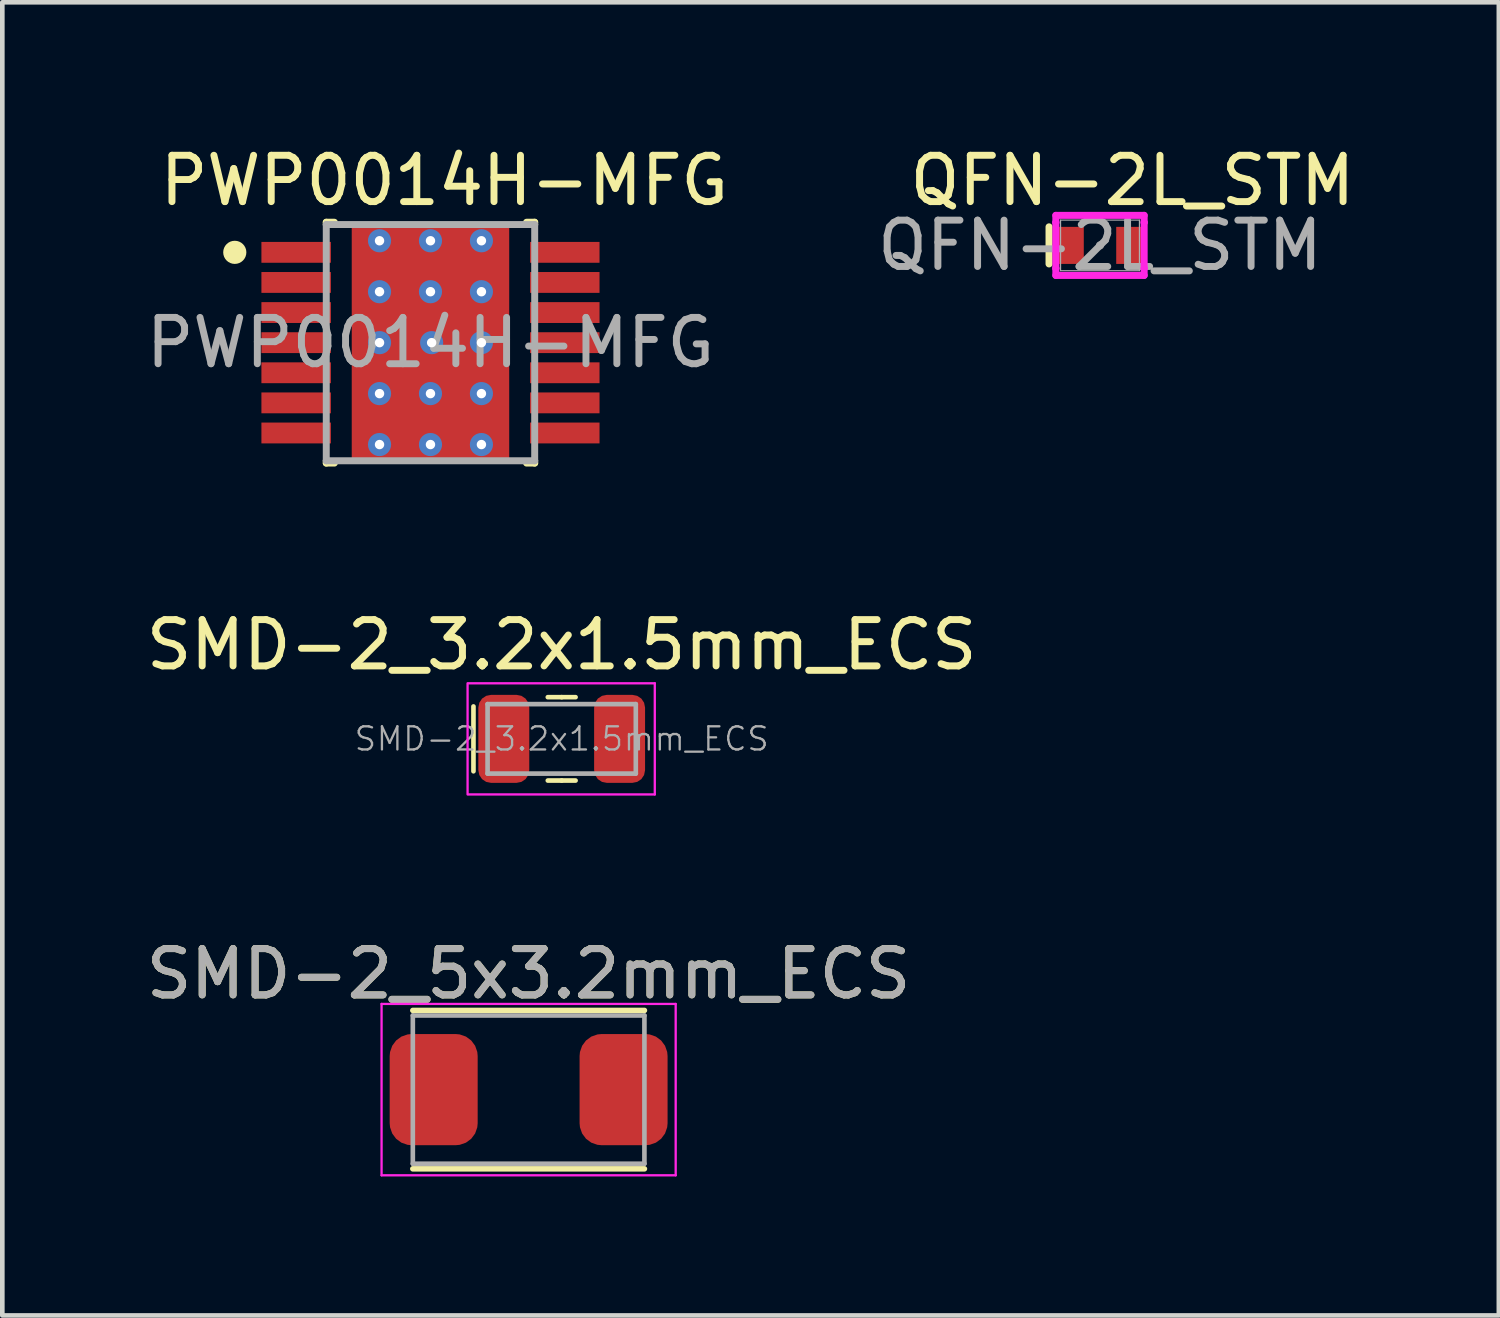
<source format=kicad_pcb>
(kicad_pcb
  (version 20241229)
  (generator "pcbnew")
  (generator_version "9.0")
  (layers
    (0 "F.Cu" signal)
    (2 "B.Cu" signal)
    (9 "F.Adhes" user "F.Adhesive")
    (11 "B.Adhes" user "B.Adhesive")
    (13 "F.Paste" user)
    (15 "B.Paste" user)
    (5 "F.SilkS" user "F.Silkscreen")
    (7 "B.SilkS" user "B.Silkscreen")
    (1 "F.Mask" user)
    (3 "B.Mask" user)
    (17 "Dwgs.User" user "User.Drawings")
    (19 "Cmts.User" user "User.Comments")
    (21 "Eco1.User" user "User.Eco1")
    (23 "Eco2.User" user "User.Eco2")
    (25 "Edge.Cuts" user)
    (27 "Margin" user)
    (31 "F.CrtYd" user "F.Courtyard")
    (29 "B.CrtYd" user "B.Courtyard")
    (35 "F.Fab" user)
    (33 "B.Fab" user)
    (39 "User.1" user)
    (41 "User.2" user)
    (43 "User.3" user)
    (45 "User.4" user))
  (footprint "PWP0014H-MFG"
    (layer "F.Cu")
    (at 6.244 4.348)
    (property "Reference" "PWP0014H-MFG" (at 0.3 -3.5 0) (unlocked yes) (layer "F.SilkS") (effects (font (size 1 1) (thickness 0.15))))
    (fp_poly (pts (xy 0.91 -1.38) (xy 0.91 1.38) (xy 0.86 1.43) (xy -0.86 1.43) (xy -0.91 1.38) (xy -0.91 -1.38) (xy -0.86 -1.43) (xy 0.86 -1.43)) (stroke (width 0) (type solid)) (fill yes) (layer "F.Mask"))
    (fp_line (start -2.25 -2.6) (end -2.075 -2.6) (stroke (width 0.15) (type solid)) (layer "F.SilkS"))
    (fp_line (start -2.25 -2.55) (end -2.25 -2.6) (stroke (width 0.15) (type solid)) (layer "F.SilkS"))
    (fp_line (start -2.25 2.6) (end -2.25 2.55) (stroke (width 0.15) (type solid)) (layer "F.SilkS"))
    (fp_line (start -2.25 2.6) (end -2.075 2.6) (stroke (width 0.15) (type solid)) (layer "F.SilkS"))
    (fp_line (start 2.075 -2.6) (end 2.25 -2.6) (stroke (width 0.15) (type solid)) (layer "F.SilkS"))
    (fp_line (start 2.075 2.6) (end 2.25 2.6) (stroke (width 0.15) (type solid)) (layer "F.SilkS"))
    (fp_line (start 2.25 -2.55) (end 2.25 -2.6) (stroke (width 0.15) (type solid)) (layer "F.SilkS"))
    (fp_line (start 2.25 2.6) (end 2.25 2.55) (stroke (width 0.15) (type solid)) (layer "F.SilkS"))
    (fp_circle (center -4.225 -1.95) (end -4.1 -1.95) (stroke (width 0.25) (type solid)) (fill no) (layer "F.SilkS"))
    (fp_poly (pts (xy 0.91 -1.38) (xy 0.91 1.38) (xy 0.86 1.43) (xy -0.86 1.43) (xy -0.91 1.38) (xy -0.91 -1.38) (xy -0.86 -1.43) (xy 0.86 -1.43)) (stroke (width 0) (type solid)) (fill yes) (layer "F.Paste"))
    (fp_line (start -2.25 -2.55) (end 2.25 -2.55) (stroke (width 0.15) (type solid)) (layer "F.Fab"))
    (fp_line (start -2.25 2.55) (end -2.25 -2.55) (stroke (width 0.15) (type solid)) (layer "F.Fab"))
    (fp_line (start -2.25 2.55) (end 2.25 2.55) (stroke (width 0.15) (type solid)) (layer "F.Fab"))
    (fp_line (start 2.25 2.55) (end 2.25 -2.55) (stroke (width 0.15) (type solid)) (layer "F.Fab"))
    (fp_text user "${REFERENCE}" (at 0 0 0) (unlocked yes) (layer "F.Fab") (effects (font (size 1 1) (thickness 0.15))))
    (pad "1" smd rect (at -2.9 -1.95) (size 1.5 0.45) (layers "F.Cu" "F.Mask" "F.Paste"))
    (pad "2" smd rect (at -2.9 -1.3) (size 1.5 0.45) (layers "F.Cu" "F.Mask" "F.Paste"))
    (pad "3" smd rect (at -2.9 -0.65) (size 1.5 0.45) (layers "F.Cu" "F.Mask" "F.Paste"))
    (pad "4" smd rect (at -2.9 0) (size 1.5 0.45) (layers "F.Cu" "F.Mask" "F.Paste"))
    (pad "5" smd rect (at -2.9 0.65) (size 1.5 0.45) (layers "F.Cu" "F.Mask" "F.Paste"))
    (pad "6" smd rect (at -2.9 1.3) (size 1.5 0.45) (layers "F.Cu" "F.Mask" "F.Paste"))
    (pad "7" smd rect (at -2.9 1.95) (size 1.5 0.45) (layers "F.Cu" "F.Mask" "F.Paste"))
    (pad "8" smd rect (at 2.9 1.95) (size 1.5 0.45) (layers "F.Cu" "F.Mask" "F.Paste"))
    (pad "9" smd rect (at 2.9 1.3) (size 1.5 0.45) (layers "F.Cu" "F.Mask" "F.Paste"))
    (pad "10" smd rect (at 2.9 0.65) (size 1.5 0.45) (layers "F.Cu" "F.Mask" "F.Paste"))
    (pad "11" smd rect (at 2.9 0) (size 1.5 0.45) (layers "F.Cu" "F.Mask" "F.Paste"))
    (pad "12" smd rect (at 2.9 -0.65) (size 1.5 0.45) (layers "F.Cu" "F.Mask" "F.Paste"))
    (pad "13" smd rect (at 2.9 -1.3) (size 1.5 0.45) (layers "F.Cu" "F.Mask" "F.Paste"))
    (pad "14" smd rect (at 2.9 -1.95) (size 1.5 0.45) (layers "F.Cu" "F.Mask" "F.Paste"))
    (pad "15" smd rect (at 0 0) (size 3.4 5) (layers "F.Cu"))
    (pad "16" thru_hole circle (at 1.1 -2.2) (size 0.5 0.5) (drill 0.203) (property pad_prop_heatsink) (layers "*.Cu"))
    (pad "17" thru_hole circle (at 1.1 -1.1) (size 0.5 0.5) (drill 0.203) (property pad_prop_heatsink) (layers "*.Cu"))
    (pad "18" thru_hole circle (at 1.1 0) (size 0.5 0.5) (drill 0.203) (property pad_prop_heatsink) (layers "*.Cu"))
    (pad "19" thru_hole circle (at 1.1 1.1) (size 0.5 0.5) (drill 0.203) (property pad_prop_heatsink) (layers "*.Cu"))
    (pad "20" thru_hole circle (at 1.1 2.2) (size 0.5 0.5) (drill 0.203) (property pad_prop_heatsink) (layers "*.Cu"))
    (pad "21" thru_hole circle (at -1.1 -2.2) (size 0.5 0.5) (drill 0.203) (property pad_prop_heatsink) (layers "*.Cu"))
    (pad "22" thru_hole circle (at -1.1 -1.1) (size 0.5 0.5) (drill 0.203) (property pad_prop_heatsink) (layers "*.Cu"))
    (pad "23" thru_hole circle (at -1.1 0) (size 0.5 0.5) (drill 0.203) (property pad_prop_heatsink) (layers "*.Cu"))
    (pad "24" thru_hole circle (at -1.1 1.1) (size 0.5 0.5) (drill 0.203) (property pad_prop_heatsink) (layers "*.Cu"))
    (pad "25" thru_hole circle (at -1.1 2.2) (size 0.5 0.5) (drill 0.203) (property pad_prop_heatsink) (layers "*.Cu"))
    (pad "26" thru_hole circle (at 0 -2.2) (size 0.5 0.5) (drill 0.203) (property pad_prop_heatsink) (layers "*.Cu"))
    (pad "27" thru_hole circle (at 0 -1.1) (size 0.5 0.5) (drill 0.203) (property pad_prop_heatsink) (layers "*.Cu"))
    (pad "28" thru_hole circle (at 0.025 0) (size 0.5 0.5) (drill 0.203) (property pad_prop_heatsink) (layers "*.Cu"))
    (pad "29" thru_hole circle (at 0 1.1) (size 0.5 0.5) (drill 0.203) (property pad_prop_heatsink) (layers "*.Cu"))
    (pad "30" thru_hole circle (at 0 2.2) (size 0.5 0.5) (drill 0.203) (property pad_prop_heatsink) (layers "*.Cu")))
  (footprint "SMD-2_5x3.2mm_ECS"
    (layer "F.Cu")
    (at 8.363 20.475)
    (property "Reference" "SMD-2_5x3.2mm_ECS" (at 0 -2.5 0) (layer "F.SilkS") (effects (font (size 1 1) (thickness 0.15))))
    (attr smd)
    (fp_line (start -2.5 -1.71) (end 2.5 -1.71) (stroke (width 0.12) (type solid)) (layer "F.SilkS"))
    (fp_line (start -2.5 1.71) (end 2.5 1.71) (stroke (width 0.12) (type solid)) (layer "F.SilkS"))
    (fp_line (start -3.175 -1.85) (end -3.175 1.85) (stroke (width 0.05) (type solid)) (layer "F.CrtYd"))
    (fp_line (start -3.175 -1.85) (end 3.175 -1.85) (stroke (width 0.05) (type solid)) (layer "F.CrtYd"))
    (fp_line (start 3.175 -1.85) (end 3.175 1.85) (stroke (width 0.05) (type solid)) (layer "F.CrtYd"))
    (fp_line (start 3.175 1.85) (end -3.175 1.85) (stroke (width 0.05) (type solid)) (layer "F.CrtYd"))
    (fp_line (start -2.5 -1.6) (end -2.5 1.6) (stroke (width 0.1) (type solid)) (layer "F.Fab"))
    (fp_line (start -2.5 -1.6) (end 2.5 -1.6) (stroke (width 0.1) (type solid)) (layer "F.Fab"))
    (fp_line (start -2.5 1.6) (end 2.5 1.6) (stroke (width 0.1) (type solid)) (layer "F.Fab"))
    (fp_line (start 2.5 -1.6) (end 2.5 1.6) (stroke (width 0.1) (type solid)) (layer "F.Fab"))
    (fp_text user "${REFERENCE}" (at 0 -2.5 0) (layer "F.Fab") (effects (font (size 1 1) (thickness 0.15))))
    (pad "1" smd roundrect (at -2.05 0) (size 1.9 2.4) (layers "F.Cu" "F.Mask" "F.Paste") (roundrect_rratio 0.25))
    (pad "2" smd roundrect (at 2.05 0) (size 1.9 2.4) (layers "F.Cu" "F.Mask" "F.Paste") (roundrect_rratio 0.25)))
  (footprint "QFN-2L_STM"
    (layer "F.Cu")
    (at 20.699 2.248)
    (property "Reference" "QFN-2L_STM" (at 0.7 -1.4 0) (unlocked yes) (layer "F.SilkS") (effects (font (size 1 1) (thickness 0.15))))
    (attr smd)
    (fp_line (start -1.1 0.4) (end -1.1 -0.4) (stroke (width 0.152) (type solid)) (layer "F.SilkS"))
    (fp_line (start -0.953 -0.648) (end 0.953 -0.648) (stroke (width 0.152) (type solid)) (layer "F.CrtYd"))
    (fp_line (start -0.953 -0.495) (end -0.953 -0.648) (stroke (width 0.152) (type solid)) (layer "F.CrtYd"))
    (fp_line (start -0.953 -0.495) (end -0.953 -0.495) (stroke (width 0.152) (type solid)) (layer "F.CrtYd"))
    (fp_line (start -0.953 0.495) (end -0.953 -0.495) (stroke (width 0.152) (type solid)) (layer "F.CrtYd"))
    (fp_line (start -0.953 0.495) (end -0.953 0.495) (stroke (width 0.152) (type solid)) (layer "F.CrtYd"))
    (fp_line (start -0.953 0.648) (end -0.953 0.495) (stroke (width 0.152) (type solid)) (layer "F.CrtYd"))
    (fp_line (start 0.953 -0.648) (end 0.953 -0.495) (stroke (width 0.152) (type solid)) (layer "F.CrtYd"))
    (fp_line (start 0.953 -0.495) (end 0.953 -0.495) (stroke (width 0.152) (type solid)) (layer "F.CrtYd"))
    (fp_line (start 0.953 -0.495) (end 0.953 0.495) (stroke (width 0.152) (type solid)) (layer "F.CrtYd"))
    (fp_line (start 0.953 0.495) (end 0.953 0.495) (stroke (width 0.152) (type solid)) (layer "F.CrtYd"))
    (fp_line (start 0.953 0.495) (end 0.953 0.648) (stroke (width 0.152) (type solid)) (layer "F.CrtYd"))
    (fp_line (start 0.953 0.648) (end -0.953 0.648) (stroke (width 0.152) (type solid)) (layer "F.CrtYd"))
    (fp_line (start -0.851 -0.546) (end -0.851 0.546) (stroke (width 0.025) (type solid)) (layer "F.Fab"))
    (fp_line (start -0.851 0.546) (end 0.851 0.546) (stroke (width 0.025) (type solid)) (layer "F.Fab"))
    (fp_line (start 0.851 -0.546) (end -0.851 -0.546) (stroke (width 0.025) (type solid)) (layer "F.Fab"))
    (fp_line (start 0.851 0.546) (end 0.851 -0.546) (stroke (width 0.025) (type solid)) (layer "F.Fab"))
    (fp_circle (center 0 0) (end 0.076 0) (stroke (width 0.025) (type solid)) (fill no) (layer "F.Fab"))
    (fp_text user "${REFERENCE}" (at 0 0 0) (unlocked yes) (layer "F.Fab") (effects (font (size 1 1) (thickness 0.15))))
    (pad "1" smd rect (at -0.625 0) (size 0.55 0.8) (layers "F.Cu" "F.Mask" "F.Paste"))
    (pad "2" smd rect (at 0.625 0) (size 0.55 0.8) (layers "F.Cu" "F.Mask" "F.Paste")))
  (footprint "SMD-2_3.2x1.5mm_ECS"
    (layer "F.Cu")
    (at 9.077 12.902)
    (property "Reference" "SMD-2_3.2x1.5mm_ECS" (at 0 -2.03 0) (layer "F.SilkS") (effects (font (size 1 1) (thickness 0.15))))
    (attr smd)
    (fp_line (start -1.905 -0.7) (end -1.905 0.7) (stroke (width 0.1) (type solid)) (layer "F.SilkS"))
    (fp_line (start 0 -0.9) (end -0.3 -0.9) (stroke (width 0.1) (type solid)) (layer "F.SilkS"))
    (fp_line (start 0 -0.9) (end 0.3 -0.9) (stroke (width 0.1) (type solid)) (layer "F.SilkS"))
    (fp_line (start 0 0.9) (end -0.3 0.9) (stroke (width 0.1) (type solid)) (layer "F.SilkS"))
    (fp_line (start 0 0.9) (end 0.3 0.9) (stroke (width 0.1) (type solid)) (layer "F.SilkS"))
    (fp_line (start -2.032 1.2) (end -2.032 -1.2) (stroke (width 0.05) (type solid)) (layer "F.CrtYd"))
    (fp_line (start -2.01 -1.2) (end 2.01 -1.2) (stroke (width 0.05) (type solid)) (layer "F.CrtYd"))
    (fp_line (start -2.01 1.2) (end 2.01 1.2) (stroke (width 0.05) (type solid)) (layer "F.CrtYd"))
    (fp_line (start 2.01 1.2) (end 2.01 -1.2) (stroke (width 0.05) (type solid)) (layer "F.CrtYd"))
    (fp_line (start -1.6 -0.75) (end 1.6 -0.75) (stroke (width 0.1) (type solid)) (layer "F.Fab"))
    (fp_line (start -1.6 0.75) (end -1.6 -0.75) (stroke (width 0.1) (type solid)) (layer "F.Fab"))
    (fp_line (start -1.6 0.75) (end 1.6 0.75) (stroke (width 0.1) (type solid)) (layer "F.Fab"))
    (fp_line (start 1.6 0.75) (end 1.6 -0.75) (stroke (width 0.1) (type solid)) (layer "F.Fab"))
    (fp_text user "${REFERENCE}" (at 0 0 0) (layer "F.Fab") (effects (font (size 0.5 0.5) (thickness 0.05))))
    (pad "1" smd roundrect (at -1.25 0) (size 1.1 1.9) (layers "F.Cu" "F.Mask" "F.Paste") (roundrect_rratio 0.25))
    (pad "2" smd roundrect (at 1.25 0) (size 1.1 1.9) (layers "F.Cu" "F.Mask" "F.Paste") (roundrect_rratio 0.25)))
  (gr_rect
    (start -3 -3)
    (end 29.31 25.35)
    (stroke (width 0.1) (type default))
    (fill no)
    (layer "Edge.Cuts")))
</source>
